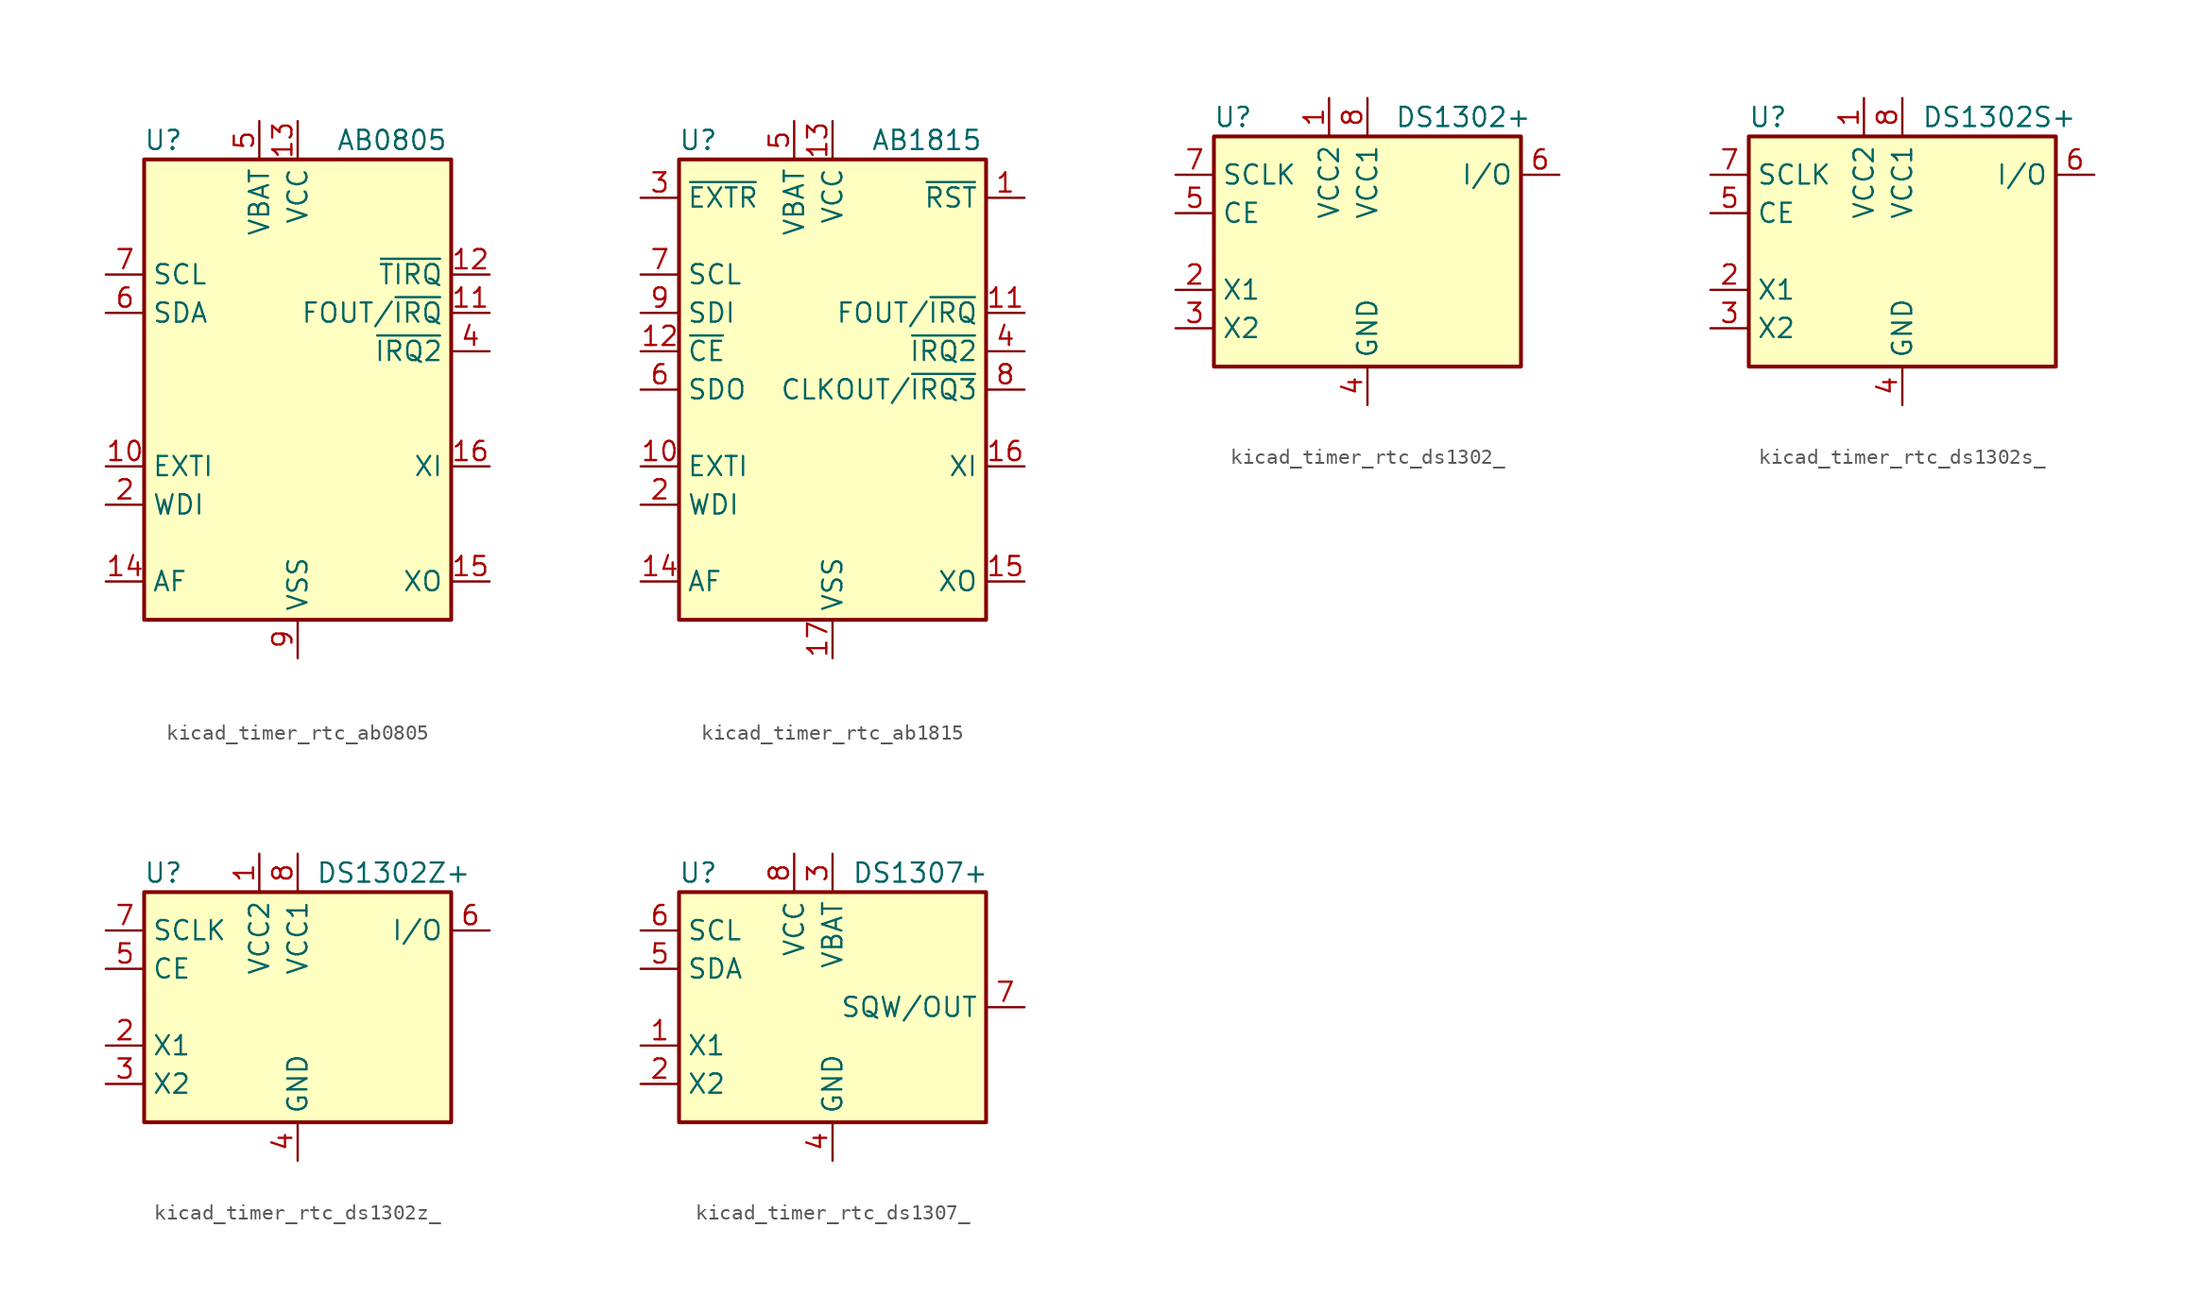
<source format=kicad_sym>
(kicad_symbol_lib
  (version 20220914)
  (generator kicad_symbol_editor)
  (symbol "kicad_timer_rtc_ab0805"
    (property "Reference" "U"
      (at -8.89 16.51 0)
      (effects (font (size 1.27 1.27))))
    (property "Value" "AB0805"
      (at 2.54 16.51 0)
      (effects (font (size 1.27 1.27)) (justify left)))
    (symbol "kicad_timer_rtc_ab0805_0_1"
      (rectangle (start -10.16 15.24) (end 10.16 -15.24) (stroke (width 0.254) (type default)) (fill (type background))))
    (symbol "kicad_timer_rtc_ab0805_1_1"
      (pin no_connect line (at -10.16 -2.54 0) (length 2.54) hide (name "NC" (effects (font (size 1.27 1.27)))) (number "1" (effects (font (size 1.27 1.27)))))
      (pin input line (at -12.7 -5.08 0) (length 2.54) (name "EXTI" (effects (font (size 1.27 1.27)))) (number "10" (effects (font (size 1.27 1.27)))))
      (pin open_collector line (at 12.7 5.08 180) (length 2.54) (name "FOUT/~{IRQ}" (effects (font (size 1.27 1.27)))) (number "11" (effects (font (size 1.27 1.27)))))
      (pin open_collector line (at 12.7 7.62 180) (length 2.54) (name "~{TIRQ}" (effects (font (size 1.27 1.27)))) (number "12" (effects (font (size 1.27 1.27)))))
      (pin power_in line (at 0 17.78 270) (length 2.54) (name "VCC" (effects (font (size 1.27 1.27)))) (number "13" (effects (font (size 1.27 1.27)))))
      (pin passive line (at -12.7 -12.7 0) (length 2.54) (name "AF" (effects (font (size 1.27 1.27)))) (number "14" (effects (font (size 1.27 1.27)))))
      (pin output line (at 12.7 -12.7 180) (length 2.54) (name "XO" (effects (font (size 1.27 1.27)))) (number "15" (effects (font (size 1.27 1.27)))))
      (pin input line (at 12.7 -5.08 180) (length 2.54) (name "XI" (effects (font (size 1.27 1.27)))) (number "16" (effects (font (size 1.27 1.27)))))
      (pin passive line (at 0 -17.78 90) (length 2.54) hide (name "VSS" (effects (font (size 1.27 1.27)))) (number "17" (effects (font (size 1.27 1.27)))))
      (pin input line (at -12.7 -7.62 0) (length 2.54) (name "WDI" (effects (font (size 1.27 1.27)))) (number "2" (effects (font (size 1.27 1.27)))))
      (pin no_connect line (at -10.16 -10.16 0) (length 2.54) hide (name "NC" (effects (font (size 1.27 1.27)))) (number "3" (effects (font (size 1.27 1.27)))))
      (pin open_collector line (at 12.7 2.54 180) (length 2.54) (name "~{IRQ2}" (effects (font (size 1.27 1.27)))) (number "4" (effects (font (size 1.27 1.27)))))
      (pin power_in line (at -2.54 17.78 270) (length 2.54) (name "VBAT" (effects (font (size 1.27 1.27)))) (number "5" (effects (font (size 1.27 1.27)))))
      (pin bidirectional line (at -12.7 5.08 0) (length 2.54) (name "SDA" (effects (font (size 1.27 1.27)))) (number "6" (effects (font (size 1.27 1.27)))))
      (pin input line (at -12.7 7.62 0) (length 2.54) (name "SCL" (effects (font (size 1.27 1.27)))) (number "7" (effects (font (size 1.27 1.27)))))
      (pin no_connect line (at 10.16 0 180) (length 2.54) hide (name "NC" (effects (font (size 1.27 1.27)))) (number "8" (effects (font (size 1.27 1.27)))))
      (pin power_in line (at 0 -17.78 90) (length 2.54) (name "VSS" (effects (font (size 1.27 1.27)))) (number "9" (effects (font (size 1.27 1.27)))))))
  (symbol "kicad_timer_rtc_ab1815"
    (property "Reference" "U"
      (at -8.89 16.51 0)
      (effects (font (size 1.27 1.27))))
    (property "Value" "AB1815"
      (at 2.54 16.51 0)
      (effects (font (size 1.27 1.27)) (justify left)))
    (symbol "kicad_timer_rtc_ab1815_0_1"
      (rectangle (start -10.16 15.24) (end 10.16 -15.24) (stroke (width 0.254) (type default)) (fill (type background))))
    (symbol "kicad_timer_rtc_ab1815_1_1"
      (pin open_collector line (at 12.7 12.7 180) (length 2.54) (name "~{RST}" (effects (font (size 1.27 1.27)))) (number "1" (effects (font (size 1.27 1.27)))))
      (pin input line (at -12.7 -5.08 0) (length 2.54) (name "EXTI" (effects (font (size 1.27 1.27)))) (number "10" (effects (font (size 1.27 1.27)))))
      (pin open_collector line (at 12.7 5.08 180) (length 2.54) (name "FOUT/~{IRQ}" (effects (font (size 1.27 1.27)))) (number "11" (effects (font (size 1.27 1.27)))))
      (pin input line (at -12.7 2.54 0) (length 2.54) (name "~{CE}" (effects (font (size 1.27 1.27)))) (number "12" (effects (font (size 1.27 1.27)))))
      (pin power_in line (at 0 17.78 270) (length 2.54) (name "VCC" (effects (font (size 1.27 1.27)))) (number "13" (effects (font (size 1.27 1.27)))))
      (pin passive line (at -12.7 -12.7 0) (length 2.54) (name "AF" (effects (font (size 1.27 1.27)))) (number "14" (effects (font (size 1.27 1.27)))))
      (pin output line (at 12.7 -12.7 180) (length 2.54) (name "XO" (effects (font (size 1.27 1.27)))) (number "15" (effects (font (size 1.27 1.27)))))
      (pin input line (at 12.7 -5.08 180) (length 2.54) (name "XI" (effects (font (size 1.27 1.27)))) (number "16" (effects (font (size 1.27 1.27)))))
      (pin power_in line (at 0 -17.78 90) (length 2.54) (name "VSS" (effects (font (size 1.27 1.27)))) (number "17" (effects (font (size 1.27 1.27)))))
      (pin input line (at -12.7 -7.62 0) (length 2.54) (name "WDI" (effects (font (size 1.27 1.27)))) (number "2" (effects (font (size 1.27 1.27)))))
      (pin input line (at -12.7 12.7 0) (length 2.54) (name "~{EXTR}" (effects (font (size 1.27 1.27)))) (number "3" (effects (font (size 1.27 1.27)))))
      (pin open_collector line (at 12.7 2.54 180) (length 2.54) (name "~{IRQ2}" (effects (font (size 1.27 1.27)))) (number "4" (effects (font (size 1.27 1.27)))))
      (pin power_in line (at -2.54 17.78 270) (length 2.54) (name "VBAT" (effects (font (size 1.27 1.27)))) (number "5" (effects (font (size 1.27 1.27)))))
      (pin output line (at -12.7 0 0) (length 2.54) (name "SDO" (effects (font (size 1.27 1.27)))) (number "6" (effects (font (size 1.27 1.27)))))
      (pin input line (at -12.7 7.62 0) (length 2.54) (name "SCL" (effects (font (size 1.27 1.27)))) (number "7" (effects (font (size 1.27 1.27)))))
      (pin output line (at 12.7 0 180) (length 2.54) (name "CLKOUT/~{IRQ3}" (effects (font (size 1.27 1.27)))) (number "8" (effects (font (size 1.27 1.27)))))
      (pin input line (at -12.7 5.08 0) (length 2.54) (name "SDI" (effects (font (size 1.27 1.27)))) (number "9" (effects (font (size 1.27 1.27)))))))
  (symbol "kicad_timer_rtc_ds1302_"
    (property "Reference" "U"
      (at -8.89 8.89 0)
      (effects (font (size 1.27 1.27))))
    (property "Value" "DS1302+"
      (at 6.35 8.89 0)
      (effects (font (size 1.27 1.27))))
    (symbol "kicad_timer_rtc_ds1302__1_1"
      (rectangle (start -10.16 7.62) (end 10.16 -7.62) (stroke (width 0.254) (type default)) (fill (type background)))
      (pin power_in line (at -2.54 10.16 270) (length 2.54) (name "VCC2" (effects (font (size 1.27 1.27)))) (number "1" (effects (font (size 1.27 1.27)))))
      (pin input line (at -12.7 -2.54 0) (length 2.54) (name "X1" (effects (font (size 1.27 1.27)))) (number "2" (effects (font (size 1.27 1.27)))))
      (pin input line (at -12.7 -5.08 0) (length 2.54) (name "X2" (effects (font (size 1.27 1.27)))) (number "3" (effects (font (size 1.27 1.27)))))
      (pin power_in line (at 0 -10.16 90) (length 2.54) (name "GND" (effects (font (size 1.27 1.27)))) (number "4" (effects (font (size 1.27 1.27)))))
      (pin input line (at -12.7 2.54 0) (length 2.54) (name "CE" (effects (font (size 1.27 1.27)))) (number "5" (effects (font (size 1.27 1.27)))))
      (pin bidirectional line (at 12.7 5.08 180) (length 2.54) (name "I/O" (effects (font (size 1.27 1.27)))) (number "6" (effects (font (size 1.27 1.27)))))
      (pin input line (at -12.7 5.08 0) (length 2.54) (name "SCLK" (effects (font (size 1.27 1.27)))) (number "7" (effects (font (size 1.27 1.27)))))
      (pin power_in line (at 0 10.16 270) (length 2.54) (name "VCC1" (effects (font (size 1.27 1.27)))) (number "8" (effects (font (size 1.27 1.27)))))))
  (symbol "kicad_timer_rtc_ds1302s_"
    (property "Reference" "U"
      (at -8.89 8.89 0)
      (effects (font (size 1.27 1.27))))
    (property "Value" "DS1302S+"
      (at 1.27 8.89 0)
      (effects (font (size 1.27 1.27)) (justify left)))
    (symbol "kicad_timer_rtc_ds1302s__1_1"
      (rectangle (start -10.16 7.62) (end 10.16 -7.62) (stroke (width 0.254) (type default)) (fill (type background)))
      (pin power_in line (at -2.54 10.16 270) (length 2.54) (name "VCC2" (effects (font (size 1.27 1.27)))) (number "1" (effects (font (size 1.27 1.27)))))
      (pin input line (at -12.7 -2.54 0) (length 2.54) (name "X1" (effects (font (size 1.27 1.27)))) (number "2" (effects (font (size 1.27 1.27)))))
      (pin input line (at -12.7 -5.08 0) (length 2.54) (name "X2" (effects (font (size 1.27 1.27)))) (number "3" (effects (font (size 1.27 1.27)))))
      (pin power_in line (at 0 -10.16 90) (length 2.54) (name "GND" (effects (font (size 1.27 1.27)))) (number "4" (effects (font (size 1.27 1.27)))))
      (pin input line (at -12.7 2.54 0) (length 2.54) (name "CE" (effects (font (size 1.27 1.27)))) (number "5" (effects (font (size 1.27 1.27)))))
      (pin bidirectional line (at 12.7 5.08 180) (length 2.54) (name "I/O" (effects (font (size 1.27 1.27)))) (number "6" (effects (font (size 1.27 1.27)))))
      (pin input line (at -12.7 5.08 0) (length 2.54) (name "SCLK" (effects (font (size 1.27 1.27)))) (number "7" (effects (font (size 1.27 1.27)))))
      (pin power_in line (at 0 10.16 270) (length 2.54) (name "VCC1" (effects (font (size 1.27 1.27)))) (number "8" (effects (font (size 1.27 1.27)))))))
  (symbol "kicad_timer_rtc_ds1302z_"
    (property "Reference" "U"
      (at -8.89 8.89 0)
      (effects (font (size 1.27 1.27))))
    (property "Value" "DS1302Z+"
      (at 6.35 8.89 0)
      (effects (font (size 1.27 1.27))))
    (symbol "kicad_timer_rtc_ds1302z__1_1"
      (rectangle (start -10.16 7.62) (end 10.16 -7.62) (stroke (width 0.254) (type default)) (fill (type background)))
      (pin power_in line (at -2.54 10.16 270) (length 2.54) (name "VCC2" (effects (font (size 1.27 1.27)))) (number "1" (effects (font (size 1.27 1.27)))))
      (pin input line (at -12.7 -2.54 0) (length 2.54) (name "X1" (effects (font (size 1.27 1.27)))) (number "2" (effects (font (size 1.27 1.27)))))
      (pin input line (at -12.7 -5.08 0) (length 2.54) (name "X2" (effects (font (size 1.27 1.27)))) (number "3" (effects (font (size 1.27 1.27)))))
      (pin power_in line (at 0 -10.16 90) (length 2.54) (name "GND" (effects (font (size 1.27 1.27)))) (number "4" (effects (font (size 1.27 1.27)))))
      (pin input line (at -12.7 2.54 0) (length 2.54) (name "CE" (effects (font (size 1.27 1.27)))) (number "5" (effects (font (size 1.27 1.27)))))
      (pin bidirectional line (at 12.7 5.08 180) (length 2.54) (name "I/O" (effects (font (size 1.27 1.27)))) (number "6" (effects (font (size 1.27 1.27)))))
      (pin input line (at -12.7 5.08 0) (length 2.54) (name "SCLK" (effects (font (size 1.27 1.27)))) (number "7" (effects (font (size 1.27 1.27)))))
      (pin power_in line (at 0 10.16 270) (length 2.54) (name "VCC1" (effects (font (size 1.27 1.27)))) (number "8" (effects (font (size 1.27 1.27)))))))
  (symbol "kicad_timer_rtc_ds1307_"
    (property "Reference" "U"
      (at -8.89 8.89 0)
      (effects (font (size 1.27 1.27))))
    (property "Value" "DS1307+"
      (at 1.27 8.89 0)
      (effects (font (size 1.27 1.27)) (justify left)))
    (symbol "kicad_timer_rtc_ds1307__0_1"
      (rectangle (start -10.16 7.62) (end 10.16 -7.62) (stroke (width 0.254) (type default)) (fill (type background))))
    (symbol "kicad_timer_rtc_ds1307__1_1"
      (pin input line (at -12.7 -2.54 0) (length 2.54) (name "X1" (effects (font (size 1.27 1.27)))) (number "1" (effects (font (size 1.27 1.27)))))
      (pin input line (at -12.7 -5.08 0) (length 2.54) (name "X2" (effects (font (size 1.27 1.27)))) (number "2" (effects (font (size 1.27 1.27)))))
      (pin power_in line (at 0 10.16 270) (length 2.54) (name "VBAT" (effects (font (size 1.27 1.27)))) (number "3" (effects (font (size 1.27 1.27)))))
      (pin power_in line (at 0 -10.16 90) (length 2.54) (name "GND" (effects (font (size 1.27 1.27)))) (number "4" (effects (font (size 1.27 1.27)))))
      (pin bidirectional line (at -12.7 2.54 0) (length 2.54) (name "SDA" (effects (font (size 1.27 1.27)))) (number "5" (effects (font (size 1.27 1.27)))))
      (pin input line (at -12.7 5.08 0) (length 2.54) (name "SCL" (effects (font (size 1.27 1.27)))) (number "6" (effects (font (size 1.27 1.27)))))
      (pin open_collector line (at 12.7 0 180) (length 2.54) (name "SQW/OUT" (effects (font (size 1.27 1.27)))) (number "7" (effects (font (size 1.27 1.27)))))
      (pin power_in line (at -2.54 10.16 270) (length 2.54) (name "VCC" (effects (font (size 1.27 1.27)))) (number "8" (effects (font (size 1.27 1.27))))))))
</source>
